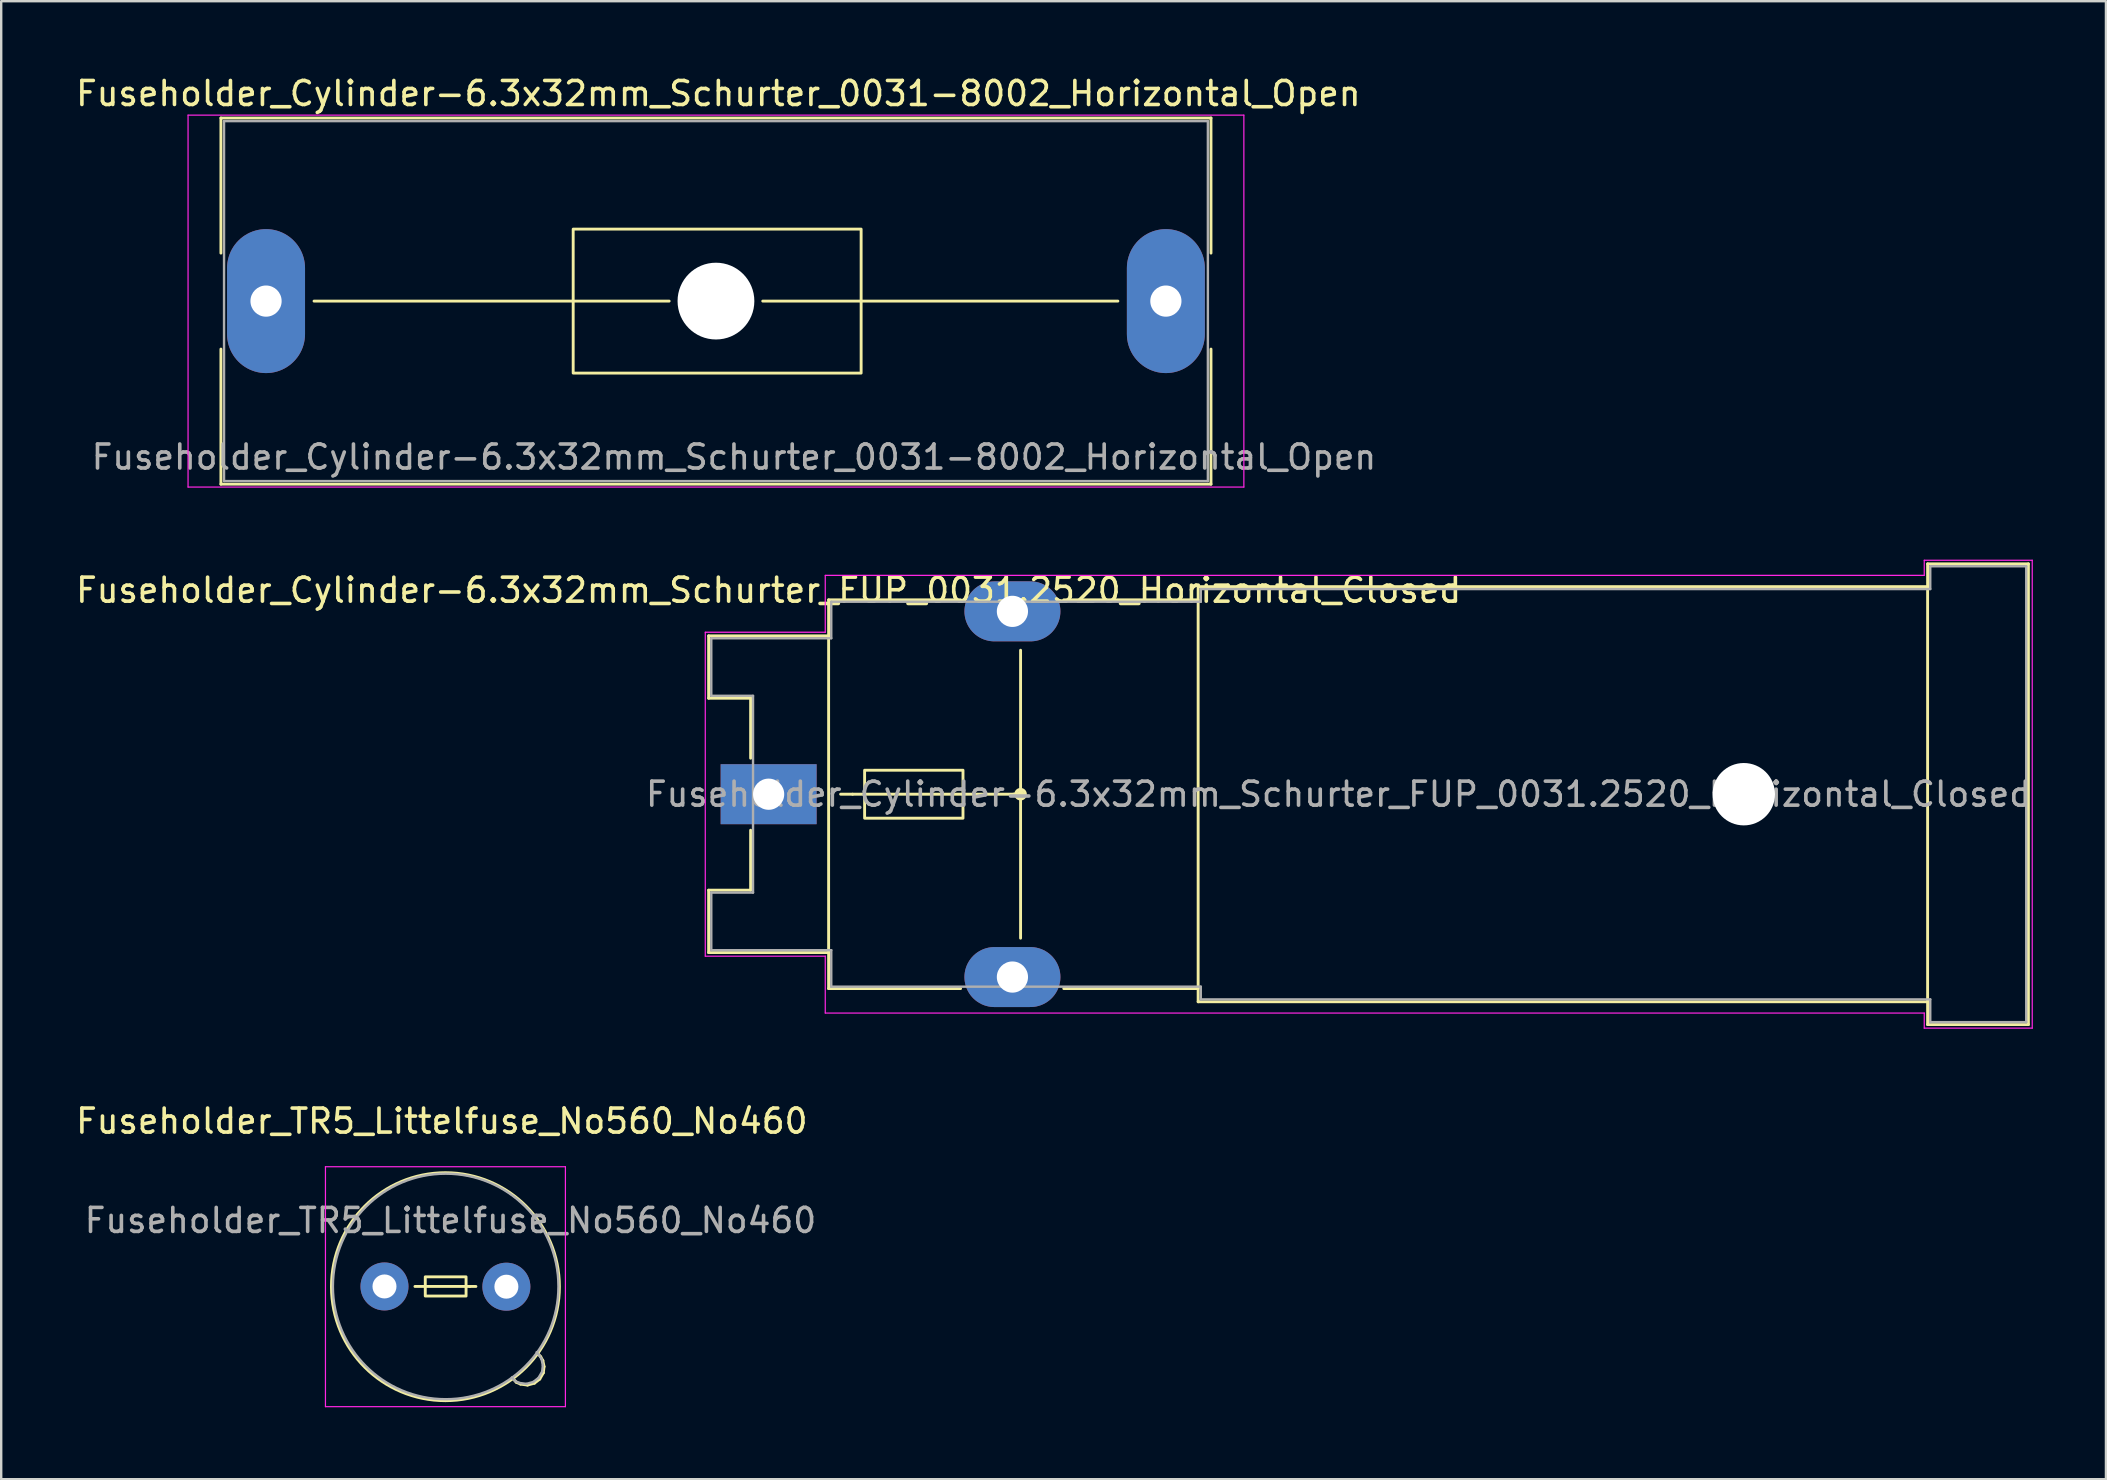
<source format=kicad_pcb>
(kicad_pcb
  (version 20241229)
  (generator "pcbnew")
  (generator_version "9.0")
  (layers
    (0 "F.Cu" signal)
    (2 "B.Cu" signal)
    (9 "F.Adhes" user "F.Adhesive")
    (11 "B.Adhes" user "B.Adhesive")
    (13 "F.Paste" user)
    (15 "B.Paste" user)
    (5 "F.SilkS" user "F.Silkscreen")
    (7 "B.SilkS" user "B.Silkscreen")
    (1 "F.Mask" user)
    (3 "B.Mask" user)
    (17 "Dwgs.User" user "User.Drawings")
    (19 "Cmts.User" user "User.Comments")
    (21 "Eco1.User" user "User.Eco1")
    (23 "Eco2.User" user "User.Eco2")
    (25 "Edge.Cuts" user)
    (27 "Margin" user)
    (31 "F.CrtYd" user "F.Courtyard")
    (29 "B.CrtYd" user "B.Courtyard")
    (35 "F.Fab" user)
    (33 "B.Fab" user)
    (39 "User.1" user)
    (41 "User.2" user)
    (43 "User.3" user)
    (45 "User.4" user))
  (footprint "Fuseholder_Cylinder-6.3x32mm_Schurter_FUP_0031.2520_Horizontal_Closed"
    (layer "F.Cu")
    (at 28.982 30.048)
    (property "Reference" "Fuseholder_Cylinder-6.3x32mm_Schurter_FUP_0031.2520_Horizontal_Closed" (at 0 -8.5 0) (layer "F.SilkS") (effects (font (size 1 1) (thickness 0.15))))
    (fp_line (start -2.5 -6.6) (end 2.5 -6.6) (stroke (width 0.12) (type solid)) (layer "F.SilkS"))
    (fp_line (start -2.5 -4) (end -2.5 -6.6) (stroke (width 0.12) (type solid)) (layer "F.SilkS"))
    (fp_line (start -2.5 4) (end -0.75 4) (stroke (width 0.12) (type solid)) (layer "F.SilkS"))
    (fp_line (start -2.5 6.6) (end -2.5 4) (stroke (width 0.12) (type solid)) (layer "F.SilkS"))
    (fp_line (start -2.5 6.6) (end 2.5 6.6) (stroke (width 0.12) (type solid)) (layer "F.SilkS"))
    (fp_line (start -0.75 -4) (end -2.5 -4) (stroke (width 0.12) (type solid)) (layer "F.SilkS"))
    (fp_line (start -0.75 -1.5) (end -0.75 -4) (stroke (width 0.12) (type solid)) (layer "F.SilkS"))
    (fp_line (start -0.75 4) (end -0.75 1.5) (stroke (width 0.12) (type solid)) (layer "F.SilkS"))
    (fp_line (start 2.5 -8.1) (end 8 -8.1) (stroke (width 0.12) (type solid)) (layer "F.SilkS"))
    (fp_line (start 2.5 8.1) (end 2.5 -8.1) (stroke (width 0.12) (type solid)) (layer "F.SilkS"))
    (fp_line (start 2.5 8.1) (end 8 8.1) (stroke (width 0.12) (type solid)) (layer "F.SilkS"))
    (fp_line (start 3.5 0) (end 3 0) (stroke (width 0.12) (type solid)) (layer "F.SilkS"))
    (fp_line (start 3.5 0) (end 10.5 0) (stroke (width 0.12) (type solid)) (layer "F.SilkS"))
    (fp_line (start 10.2 0) (end 10.5 0) (stroke (width 0.12) (type solid)) (layer "F.SilkS"))
    (fp_line (start 10.5 0) (end 10.5 -6) (stroke (width 0.12) (type solid)) (layer "F.SilkS"))
    (fp_line (start 10.5 0) (end 10.5 6) (stroke (width 0.12) (type solid)) (layer "F.SilkS"))
    (fp_line (start 12.3 -8.1) (end 17.9 -8.1) (stroke (width 0.12) (type solid)) (layer "F.SilkS"))
    (fp_line (start 12.3 8.1) (end 17.9 8.1) (stroke (width 0.12) (type solid)) (layer "F.SilkS"))
    (fp_line (start 17.9 -8.65) (end 48.3 -8.65) (stroke (width 0.12) (type solid)) (layer "F.SilkS"))
    (fp_line (start 17.9 8.65) (end 17.9 -8.65) (stroke (width 0.12) (type solid)) (layer "F.SilkS"))
    (fp_line (start 17.9 8.65) (end 48.3 8.65) (stroke (width 0.12) (type solid)) (layer "F.SilkS"))
    (fp_line (start 48.3 -9.6) (end 52.5 -9.6) (stroke (width 0.12) (type solid)) (layer "F.SilkS"))
    (fp_line (start 48.3 9.6) (end 48.3 -9.6) (stroke (width 0.12) (type solid)) (layer "F.SilkS"))
    (fp_line (start 48.3 9.6) (end 52.5 9.6) (stroke (width 0.12) (type solid)) (layer "F.SilkS"))
    (fp_line (start 52.5 -9.6) (end 52.5 9.6) (stroke (width 0.12) (type solid)) (layer "F.SilkS"))
    (fp_rect (start 4 -1) (end 8.1 1) (stroke (width 0.12) (type solid)) (fill no) (layer "F.SilkS"))
    (fp_circle (center 10.5 0) (end 10.6 -0.025) (stroke (width 0.12) (type solid)) (fill no) (layer "F.SilkS"))
    (fp_circle (center 10.5 0) (end 10.675 -0.1) (stroke (width 0.12) (type solid)) (fill no) (layer "F.SilkS"))
    (fp_line (start -2.64 -6.75) (end 2.36 -6.75) (stroke (width 0.05) (type solid)) (layer "F.CrtYd"))
    (fp_line (start -2.64 6.75) (end -2.64 -6.75) (stroke (width 0.05) (type solid)) (layer "F.CrtYd"))
    (fp_line (start -2.64 6.75) (end 2.36 6.75) (stroke (width 0.05) (type solid)) (layer "F.CrtYd"))
    (fp_line (start 2.36 -9.12) (end 2.36 -6.75) (stroke (width 0.05) (type solid)) (layer "F.CrtYd"))
    (fp_line (start 2.36 -9.12) (end 48.16 -9.12) (stroke (width 0.05) (type solid)) (layer "F.CrtYd"))
    (fp_line (start 2.36 6.75) (end 2.36 9.12) (stroke (width 0.05) (type solid)) (layer "F.CrtYd"))
    (fp_line (start 48.16 -9.75) (end 48.16 -9.12) (stroke (width 0.05) (type solid)) (layer "F.CrtYd"))
    (fp_line (start 48.16 -9.75) (end 52.66 -9.75) (stroke (width 0.05) (type solid)) (layer "F.CrtYd"))
    (fp_line (start 48.16 9.12) (end 2.36 9.12) (stroke (width 0.05) (type solid)) (layer "F.CrtYd"))
    (fp_line (start 48.16 9.12) (end 48.16 9.75) (stroke (width 0.05) (type solid)) (layer "F.CrtYd"))
    (fp_line (start 48.16 9.75) (end 52.66 9.75) (stroke (width 0.05) (type solid)) (layer "F.CrtYd"))
    (fp_line (start 52.66 -9.75) (end 52.66 9.75) (stroke (width 0.05) (type solid)) (layer "F.CrtYd"))
    (fp_line (start -2.39 -4.1) (end -2.39 -6.5) (stroke (width 0.1) (type solid)) (layer "F.Fab"))
    (fp_line (start -2.39 -4.1) (end -0.65 -4.1) (stroke (width 0.1) (type solid)) (layer "F.Fab"))
    (fp_line (start -2.39 4.1) (end -2.39 6.5) (stroke (width 0.1) (type solid)) (layer "F.Fab"))
    (fp_line (start -2.39 6.5) (end 2.61 6.5) (stroke (width 0.1) (type solid)) (layer "F.Fab"))
    (fp_line (start -0.65 -4.1) (end -0.65 4.1) (stroke (width 0.1) (type solid)) (layer "F.Fab"))
    (fp_line (start -0.65 4.1) (end -2.39 4.1) (stroke (width 0.1) (type solid)) (layer "F.Fab"))
    (fp_line (start 2.61 -8.02) (end 2.61 -6.5) (stroke (width 0.1) (type solid)) (layer "F.Fab"))
    (fp_line (start 2.61 -6.5) (end -2.39 -6.5) (stroke (width 0.1) (type solid)) (layer "F.Fab"))
    (fp_line (start 2.61 6.5) (end 2.61 8.02) (stroke (width 0.1) (type solid)) (layer "F.Fab"))
    (fp_line (start 2.61 8.02) (end 18.01 8.02) (stroke (width 0.1) (type solid)) (layer "F.Fab"))
    (fp_line (start 18.01 -8.55) (end 18.01 -8.02) (stroke (width 0.1) (type solid)) (layer "F.Fab"))
    (fp_line (start 18.01 -8.02) (end 2.61 -8.02) (stroke (width 0.1) (type solid)) (layer "F.Fab"))
    (fp_line (start 18.01 8.02) (end 18.01 8.55) (stroke (width 0.1) (type solid)) (layer "F.Fab"))
    (fp_line (start 18.01 8.55) (end 48.41 8.55) (stroke (width 0.1) (type solid)) (layer "F.Fab"))
    (fp_line (start 48.41 -9.5) (end 48.41 -8.55) (stroke (width 0.1) (type solid)) (layer "F.Fab"))
    (fp_line (start 48.41 -8.55) (end 18.01 -8.55) (stroke (width 0.1) (type solid)) (layer "F.Fab"))
    (fp_line (start 48.41 8.55) (end 48.41 9.5) (stroke (width 0.1) (type solid)) (layer "F.Fab"))
    (fp_line (start 48.41 9.5) (end 52.41 9.5) (stroke (width 0.1) (type solid)) (layer "F.Fab"))
    (fp_line (start 52.41 -9.5) (end 48.41 -9.5) (stroke (width 0.1) (type solid)) (layer "F.Fab"))
    (fp_line (start 52.41 -9.5) (end 52.41 9.5) (stroke (width 0.1) (type solid)) (layer "F.Fab"))
    (fp_text user "${REFERENCE}" (at 23.75 0 0) (layer "F.Fab") (effects (font (size 1 1) (thickness 0.15))))
    (pad "" np_thru_hole circle (at 40.64 0) (size 2.6 2.6) (drill 2.6) (layers "*.Cu" "*.Mask"))
    (pad "1" thru_hole rect (at 0 0) (size 4 2.5) (drill 1.3) (layers "*.Cu" "*.Mask"))
    (pad "2" thru_hole oval (at 10.16 -7.62) (size 4 2.5) (drill 1.3) (layers "*.Cu" "*.Mask"))
    (pad "2" thru_hole oval (at 10.16 7.62) (size 4 2.5) (drill 1.3) (layers "*.Cu" "*.Mask")))
  (footprint "Fuseholder_TR5_Littelfuse_No560_No460"
    (layer "F.Cu")
    (at 12.973 50.562)
    (property "Reference" "Fuseholder_TR5_Littelfuse_No560_No460" (at 2.39 -6.89 0) (layer "F.SilkS") (effects (font (size 1 1) (thickness 0.15))))
    (fp_line (start 1.27 0) (end 3.556 0) (stroke (width 0.12) (type solid)) (layer "F.SilkS"))
    (fp_line (start 3.81 0) (end 3.556 0) (stroke (width 0.12) (type solid)) (layer "F.SilkS"))
    (fp_line (start 5.49 3.99) (end 5.36 3.84) (stroke (width 0.12) (type solid)) (layer "F.SilkS"))
    (fp_line (start 5.67 4.07) (end 5.49 3.99) (stroke (width 0.12) (type solid)) (layer "F.SilkS"))
    (fp_line (start 5.96 4.11) (end 5.67 4.07) (stroke (width 0.12) (type solid)) (layer "F.SilkS"))
    (fp_line (start 6.25 4.03) (end 5.96 4.11) (stroke (width 0.12) (type solid)) (layer "F.SilkS"))
    (fp_line (start 6.39 2.79) (end 6.51 2.93) (stroke (width 0.12) (type solid)) (layer "F.SilkS"))
    (fp_line (start 6.47 3.86) (end 6.25 4.03) (stroke (width 0.12) (type solid)) (layer "F.SilkS"))
    (fp_line (start 6.51 2.93) (end 6.6 3.09) (stroke (width 0.12) (type solid)) (layer "F.SilkS"))
    (fp_line (start 6.6 3.09) (end 6.65 3.34) (stroke (width 0.12) (type solid)) (layer "F.SilkS"))
    (fp_line (start 6.62 3.6) (end 6.47 3.86) (stroke (width 0.12) (type solid)) (layer "F.SilkS"))
    (fp_line (start 6.65 3.34) (end 6.62 3.6) (stroke (width 0.12) (type solid)) (layer "F.SilkS"))
    (fp_rect (start 1.7 -0.4) (end 3.4 0.4) (stroke (width 0.12) (type solid)) (fill no) (layer "F.SilkS"))
    (fp_circle (center 2.54 0.01) (end 7.29 0.01) (stroke (width 0.12) (type solid)) (fill no) (layer "F.SilkS"))
    (fp_line (start -2.46 -4.99) (end -2.46 5.01) (stroke (width 0.05) (type solid)) (layer "F.CrtYd"))
    (fp_line (start -2.46 -4.99) (end 7.54 -4.99) (stroke (width 0.05) (type solid)) (layer "F.CrtYd"))
    (fp_line (start 7.54 5.01) (end -2.46 5.01) (stroke (width 0.05) (type solid)) (layer "F.CrtYd"))
    (fp_line (start 7.54 5.01) (end 7.54 -4.99) (stroke (width 0.05) (type solid)) (layer "F.CrtYd"))
    (fp_line (start 5.44 3.94) (end 5.31 3.79) (stroke (width 0.1) (type solid)) (layer "F.Fab"))
    (fp_line (start 5.62 4.02) (end 5.44 3.94) (stroke (width 0.1) (type solid)) (layer "F.Fab"))
    (fp_line (start 5.91 4.06) (end 5.62 4.02) (stroke (width 0.1) (type solid)) (layer "F.Fab"))
    (fp_line (start 6.2 3.98) (end 5.91 4.06) (stroke (width 0.1) (type solid)) (layer "F.Fab"))
    (fp_line (start 6.34 2.74) (end 6.46 2.88) (stroke (width 0.1) (type solid)) (layer "F.Fab"))
    (fp_line (start 6.42 3.81) (end 6.2 3.98) (stroke (width 0.1) (type solid)) (layer "F.Fab"))
    (fp_line (start 6.46 2.88) (end 6.55 3.04) (stroke (width 0.1) (type solid)) (layer "F.Fab"))
    (fp_line (start 6.55 3.04) (end 6.6 3.29) (stroke (width 0.1) (type solid)) (layer "F.Fab"))
    (fp_line (start 6.57 3.55) (end 6.42 3.81) (stroke (width 0.1) (type solid)) (layer "F.Fab"))
    (fp_line (start 6.6 3.29) (end 6.57 3.55) (stroke (width 0.1) (type solid)) (layer "F.Fab"))
    (fp_circle (center 2.55 0) (end 7.25 0) (stroke (width 0.1) (type solid)) (fill no) (layer "F.Fab"))
    (fp_text user "${REFERENCE}" (at 2.75 -2.75 0) (layer "F.Fab") (effects (font (size 1 1) (thickness 0.15))))
    (pad "1" thru_hole circle (at 0 0) (size 2 2) (drill 1) (layers "*.Cu" "*.Mask"))
    (pad "2" thru_hole circle (at 5.08 0.01) (size 2 2) (drill 1) (layers "*.Cu" "*.Mask")))
  (footprint "Fuseholder_Cylinder-6.3x32mm_Schurter_0031-8002_Horizontal_Open"
    (layer "F.Cu")
    (at 8.037 9.498)
    (property "Reference" "Fuseholder_Cylinder-6.3x32mm_Schurter_0031-8002_Horizontal_Open" (at 18.85 -8.65 0) (layer "F.SilkS") (effects (font (size 1 1) (thickness 0.15))))
    (fp_line (start -1.88 -7.63) (end -1.88 -2) (stroke (width 0.12) (type solid)) (layer "F.SilkS"))
    (fp_line (start -1.88 -7.63) (end 39.38 -7.63) (stroke (width 0.12) (type solid)) (layer "F.SilkS"))
    (fp_line (start -1.88 2) (end -1.88 7.63) (stroke (width 0.12) (type solid)) (layer "F.SilkS"))
    (fp_line (start 2 0) (end 16.8 0) (stroke (width 0.12) (type solid)) (layer "F.SilkS"))
    (fp_line (start 20.7 0) (end 35.5 0) (stroke (width 0.12) (type solid)) (layer "F.SilkS"))
    (fp_line (start 39.38 -7.63) (end 39.38 -2) (stroke (width 0.12) (type solid)) (layer "F.SilkS"))
    (fp_line (start 39.38 2) (end 39.38 7.63) (stroke (width 0.12) (type solid)) (layer "F.SilkS"))
    (fp_line (start 39.38 7.63) (end -1.88 7.63) (stroke (width 0.12) (type solid)) (layer "F.SilkS"))
    (fp_rect (start 12.8 -3) (end 24.8 3) (stroke (width 0.12) (type solid)) (fill no) (layer "F.SilkS"))
    (fp_line (start -3.25 -7.75) (end -3.25 7.75) (stroke (width 0.05) (type solid)) (layer "F.CrtYd"))
    (fp_line (start -3.25 -7.75) (end 40.75 -7.75) (stroke (width 0.05) (type solid)) (layer "F.CrtYd"))
    (fp_line (start 40.75 7.75) (end -3.25 7.75) (stroke (width 0.05) (type solid)) (layer "F.CrtYd"))
    (fp_line (start 40.75 7.75) (end 40.75 -7.75) (stroke (width 0.05) (type solid)) (layer "F.CrtYd"))
    (fp_line (start -1.75 -7.5) (end -1.75 7.5) (stroke (width 0.1) (type solid)) (layer "F.Fab"))
    (fp_line (start -1.75 7.5) (end 39.25 7.5) (stroke (width 0.1) (type solid)) (layer "F.Fab"))
    (fp_line (start 39.25 -7.5) (end -1.75 -7.5) (stroke (width 0.1) (type solid)) (layer "F.Fab"))
    (fp_line (start 39.25 7.5) (end 39.25 -7.5) (stroke (width 0.1) (type solid)) (layer "F.Fab"))
    (fp_text user "${REFERENCE}" (at 19.5 6.5 0) (layer "F.Fab") (effects (font (size 1 1) (thickness 0.15))))
    (pad "" np_thru_hole circle (at 18.75 0) (size 3.2 3.2) (drill 3.2) (layers "*.Cu" "*.Mask"))
    (pad "1" thru_hole oval (at 0 0) (size 3.25 6) (drill 1.3) (layers "*.Cu" "*.Mask"))
    (pad "2" thru_hole oval (at 37.5 0) (size 3.25 6) (drill 1.3) (layers "*.Cu" "*.Mask")))
  (gr_rect
    (start -3 -3)
    (end 84.714 58.596)
    (stroke (width 0.1) (type default))
    (fill no)
    (layer "Edge.Cuts")))
</source>
